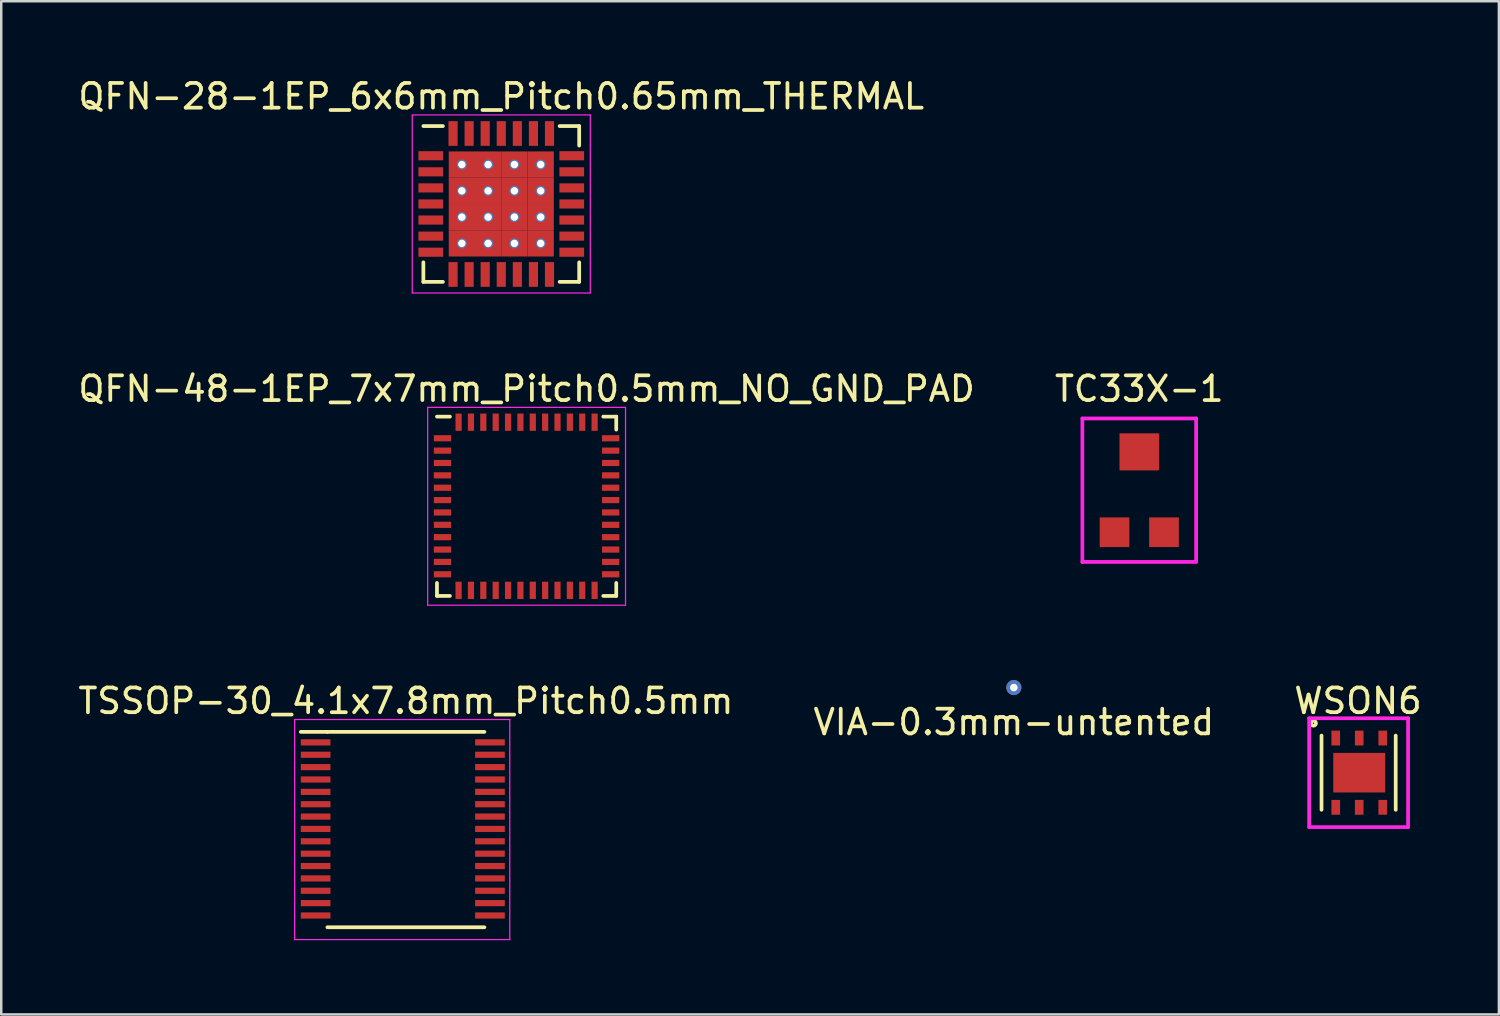
<source format=kicad_pcb>
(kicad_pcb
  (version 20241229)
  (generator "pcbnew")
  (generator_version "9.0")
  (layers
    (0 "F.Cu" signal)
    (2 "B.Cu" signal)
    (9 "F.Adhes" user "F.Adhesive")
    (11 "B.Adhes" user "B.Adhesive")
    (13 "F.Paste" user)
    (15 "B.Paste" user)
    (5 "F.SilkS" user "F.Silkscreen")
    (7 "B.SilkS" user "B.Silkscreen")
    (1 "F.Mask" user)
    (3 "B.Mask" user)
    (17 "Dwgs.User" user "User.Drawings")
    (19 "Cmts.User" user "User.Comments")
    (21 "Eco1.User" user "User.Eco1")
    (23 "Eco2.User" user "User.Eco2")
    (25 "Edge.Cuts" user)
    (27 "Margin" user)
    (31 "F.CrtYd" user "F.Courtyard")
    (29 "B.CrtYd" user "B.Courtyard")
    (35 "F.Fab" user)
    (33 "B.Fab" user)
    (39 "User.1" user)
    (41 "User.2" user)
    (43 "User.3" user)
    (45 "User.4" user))
  (footprint "QFN-48-1EP_7x7mm_Pitch0.5mm_NO_GND_PAD"
    (layer "F.Cu")
    (at 18.244 17.422)
    (property "Reference" "QFN-48-1EP_7x7mm_Pitch0.5mm_NO_GND_PAD" (at 0 -4.75 0) (layer "F.SilkS") (effects (font (size 1 1) (thickness 0.15))))
    (attr smd)
    (fp_line (start -3.625 -3.625) (end -3.1 -3.625) (stroke (width 0.15) (type solid)) (layer "F.SilkS"))
    (fp_line (start -3.625 3.625) (end -3.625 3.1) (stroke (width 0.15) (type solid)) (layer "F.SilkS"))
    (fp_line (start -3.625 3.625) (end -3.1 3.625) (stroke (width 0.15) (type solid)) (layer "F.SilkS"))
    (fp_line (start 3.625 -3.625) (end 3.1 -3.625) (stroke (width 0.15) (type solid)) (layer "F.SilkS"))
    (fp_line (start 3.625 -3.625) (end 3.625 -3.1) (stroke (width 0.15) (type solid)) (layer "F.SilkS"))
    (fp_line (start 3.625 3.625) (end 3.1 3.625) (stroke (width 0.15) (type solid)) (layer "F.SilkS"))
    (fp_line (start 3.625 3.625) (end 3.625 3.1) (stroke (width 0.15) (type solid)) (layer "F.SilkS"))
    (fp_line (start -4 -4) (end -4 4) (stroke (width 0.05) (type solid)) (layer "F.CrtYd"))
    (fp_line (start -4 -4) (end 4 -4) (stroke (width 0.05) (type solid)) (layer "F.CrtYd"))
    (fp_line (start -4 4) (end 4 4) (stroke (width 0.05) (type solid)) (layer "F.CrtYd"))
    (fp_line (start 4 -4) (end 4 4) (stroke (width 0.05) (type solid)) (layer "F.CrtYd"))
    (pad "1" smd rect (at -3.4 -2.75) (size 0.7 0.25) (layers "F.Cu" "F.Mask" "F.Paste"))
    (pad "2" smd rect (at -3.4 -2.25) (size 0.7 0.25) (layers "F.Cu" "F.Mask" "F.Paste"))
    (pad "3" smd rect (at -3.4 -1.75) (size 0.7 0.25) (layers "F.Cu" "F.Mask" "F.Paste"))
    (pad "4" smd rect (at -3.4 -1.25) (size 0.7 0.25) (layers "F.Cu" "F.Mask" "F.Paste"))
    (pad "5" smd rect (at -3.4 -0.75) (size 0.7 0.25) (layers "F.Cu" "F.Mask" "F.Paste"))
    (pad "6" smd rect (at -3.4 -0.25) (size 0.7 0.25) (layers "F.Cu" "F.Mask" "F.Paste"))
    (pad "7" smd rect (at -3.4 0.25) (size 0.7 0.25) (layers "F.Cu" "F.Mask" "F.Paste"))
    (pad "8" smd rect (at -3.4 0.75) (size 0.7 0.25) (layers "F.Cu" "F.Mask" "F.Paste"))
    (pad "9" smd rect (at -3.4 1.25) (size 0.7 0.25) (layers "F.Cu" "F.Mask" "F.Paste"))
    (pad "10" smd rect (at -3.4 1.75) (size 0.7 0.25) (layers "F.Cu" "F.Mask" "F.Paste"))
    (pad "11" smd rect (at -3.4 2.25) (size 0.7 0.25) (layers "F.Cu" "F.Mask" "F.Paste"))
    (pad "12" smd rect (at -3.4 2.75) (size 0.7 0.25) (layers "F.Cu" "F.Mask" "F.Paste"))
    (pad "13" smd rect (at -2.75 3.4 90) (size 0.7 0.25) (layers "F.Cu" "F.Mask" "F.Paste"))
    (pad "14" smd rect (at -2.25 3.4 90) (size 0.7 0.25) (layers "F.Cu" "F.Mask" "F.Paste"))
    (pad "15" smd rect (at -1.75 3.4 90) (size 0.7 0.25) (layers "F.Cu" "F.Mask" "F.Paste"))
    (pad "16" smd rect (at -1.25 3.4 90) (size 0.7 0.25) (layers "F.Cu" "F.Mask" "F.Paste"))
    (pad "17" smd rect (at -0.75 3.4 90) (size 0.7 0.25) (layers "F.Cu" "F.Mask" "F.Paste"))
    (pad "18" smd rect (at -0.25 3.4 90) (size 0.7 0.25) (layers "F.Cu" "F.Mask" "F.Paste"))
    (pad "19" smd rect (at 0.25 3.4 90) (size 0.7 0.25) (layers "F.Cu" "F.Mask" "F.Paste"))
    (pad "20" smd rect (at 0.75 3.4 90) (size 0.7 0.25) (layers "F.Cu" "F.Mask" "F.Paste"))
    (pad "21" smd rect (at 1.25 3.4 90) (size 0.7 0.25) (layers "F.Cu" "F.Mask" "F.Paste"))
    (pad "22" smd rect (at 1.75 3.4 90) (size 0.7 0.25) (layers "F.Cu" "F.Mask" "F.Paste"))
    (pad "23" smd rect (at 2.25 3.4 90) (size 0.7 0.25) (layers "F.Cu" "F.Mask" "F.Paste"))
    (pad "24" smd rect (at 2.75 3.4 90) (size 0.7 0.25) (layers "F.Cu" "F.Mask" "F.Paste"))
    (pad "25" smd rect (at 3.4 2.75) (size 0.7 0.25) (layers "F.Cu" "F.Mask" "F.Paste"))
    (pad "26" smd rect (at 3.4 2.25) (size 0.7 0.25) (layers "F.Cu" "F.Mask" "F.Paste"))
    (pad "27" smd rect (at 3.4 1.75) (size 0.7 0.25) (layers "F.Cu" "F.Mask" "F.Paste"))
    (pad "28" smd rect (at 3.4 1.25) (size 0.7 0.25) (layers "F.Cu" "F.Mask" "F.Paste"))
    (pad "29" smd rect (at 3.4 0.75) (size 0.7 0.25) (layers "F.Cu" "F.Mask" "F.Paste"))
    (pad "30" smd rect (at 3.4 0.25) (size 0.7 0.25) (layers "F.Cu" "F.Mask" "F.Paste"))
    (pad "31" smd rect (at 3.4 -0.25) (size 0.7 0.25) (layers "F.Cu" "F.Mask" "F.Paste"))
    (pad "32" smd rect (at 3.4 -0.75) (size 0.7 0.25) (layers "F.Cu" "F.Mask" "F.Paste"))
    (pad "33" smd rect (at 3.4 -1.25) (size 0.7 0.25) (layers "F.Cu" "F.Mask" "F.Paste"))
    (pad "34" smd rect (at 3.4 -1.75) (size 0.7 0.25) (layers "F.Cu" "F.Mask" "F.Paste"))
    (pad "35" smd rect (at 3.4 -2.25) (size 0.7 0.25) (layers "F.Cu" "F.Mask" "F.Paste"))
    (pad "36" smd rect (at 3.4 -2.75) (size 0.7 0.25) (layers "F.Cu" "F.Mask" "F.Paste"))
    (pad "37" smd rect (at 2.75 -3.4 90) (size 0.7 0.25) (layers "F.Cu" "F.Mask" "F.Paste"))
    (pad "38" smd rect (at 2.25 -3.4 90) (size 0.7 0.25) (layers "F.Cu" "F.Mask" "F.Paste"))
    (pad "39" smd rect (at 1.75 -3.4 90) (size 0.7 0.25) (layers "F.Cu" "F.Mask" "F.Paste"))
    (pad "40" smd rect (at 1.25 -3.4 90) (size 0.7 0.25) (layers "F.Cu" "F.Mask" "F.Paste"))
    (pad "41" smd rect (at 0.75 -3.4 90) (size 0.7 0.25) (layers "F.Cu" "F.Mask" "F.Paste"))
    (pad "42" smd rect (at 0.25 -3.4 90) (size 0.7 0.25) (layers "F.Cu" "F.Mask" "F.Paste"))
    (pad "43" smd rect (at -0.25 -3.4 90) (size 0.7 0.25) (layers "F.Cu" "F.Mask" "F.Paste"))
    (pad "44" smd rect (at -0.75 -3.4 90) (size 0.7 0.25) (layers "F.Cu" "F.Mask" "F.Paste"))
    (pad "45" smd rect (at -1.25 -3.4 90) (size 0.7 0.25) (layers "F.Cu" "F.Mask" "F.Paste"))
    (pad "46" smd rect (at -1.75 -3.4 90) (size 0.7 0.25) (layers "F.Cu" "F.Mask" "F.Paste"))
    (pad "47" smd rect (at -2.25 -3.4 90) (size 0.7 0.25) (layers "F.Cu" "F.Mask" "F.Paste"))
    (pad "48" smd rect (at -2.75 -3.4 90) (size 0.7 0.25) (layers "F.Cu" "F.Mask" "F.Paste")))
  (footprint "QFN-28-1EP_6x6mm_Pitch0.65mm_THERMAL"
    (layer "F.Cu")
    (at 17.22 5.198)
    (property "Reference" "QFN-28-1EP_6x6mm_Pitch0.65mm_THERMAL" (at 0 -4.35 0) (layer "F.SilkS") (effects (font (size 1 1) (thickness 0.15))))
    (attr smd)
    (fp_line (start -3.15 -3.15) (end -2.36 -3.15) (stroke (width 0.15) (type solid)) (layer "F.SilkS"))
    (fp_line (start -3.15 3.15) (end -3.15 2.36) (stroke (width 0.15) (type solid)) (layer "F.SilkS"))
    (fp_line (start -3.15 3.15) (end -2.36 3.15) (stroke (width 0.15) (type solid)) (layer "F.SilkS"))
    (fp_line (start 3.15 -3.15) (end 2.36 -3.15) (stroke (width 0.15) (type solid)) (layer "F.SilkS"))
    (fp_line (start 3.15 -3.15) (end 3.15 -2.36) (stroke (width 0.15) (type solid)) (layer "F.SilkS"))
    (fp_line (start 3.15 3.15) (end 2.36 3.15) (stroke (width 0.15) (type solid)) (layer "F.SilkS"))
    (fp_line (start 3.15 3.15) (end 3.15 2.36) (stroke (width 0.15) (type solid)) (layer "F.SilkS"))
    (fp_line (start -3.6 -3.6) (end -3.6 3.6) (stroke (width 0.05) (type solid)) (layer "F.CrtYd"))
    (fp_line (start -3.6 -3.6) (end 3.6 -3.6) (stroke (width 0.05) (type solid)) (layer "F.CrtYd"))
    (fp_line (start -3.6 3.6) (end 3.6 3.6) (stroke (width 0.05) (type solid)) (layer "F.CrtYd"))
    (fp_line (start 3.6 -3.6) (end 3.6 3.6) (stroke (width 0.05) (type solid)) (layer "F.CrtYd"))
    (pad "1" smd rect (at -2.85 -1.95) (size 1 0.37) (layers "F.Cu" "F.Mask" "F.Paste"))
    (pad "2" smd rect (at -2.85 -1.3) (size 1 0.37) (layers "F.Cu" "F.Mask" "F.Paste"))
    (pad "3" smd rect (at -2.85 -0.65) (size 1 0.37) (layers "F.Cu" "F.Mask" "F.Paste"))
    (pad "4" smd rect (at -2.85 0) (size 1 0.37) (layers "F.Cu" "F.Mask" "F.Paste"))
    (pad "5" smd rect (at -2.85 0.65) (size 1 0.37) (layers "F.Cu" "F.Mask" "F.Paste"))
    (pad "6" smd rect (at -2.85 1.3) (size 1 0.37) (layers "F.Cu" "F.Mask" "F.Paste"))
    (pad "7" smd rect (at -2.85 1.95) (size 1 0.37) (layers "F.Cu" "F.Mask" "F.Paste"))
    (pad "8" smd rect (at -1.95 2.85 90) (size 1 0.37) (layers "F.Cu" "F.Mask" "F.Paste"))
    (pad "9" smd rect (at -1.3 2.85 90) (size 1 0.37) (layers "F.Cu" "F.Mask" "F.Paste"))
    (pad "10" smd rect (at -0.65 2.85 90) (size 1 0.37) (layers "F.Cu" "F.Mask" "F.Paste"))
    (pad "11" thru_hole circle (at -1.594 -1.594) (size 0.4 0.4) (drill 0.3) (layers "*.Cu" "*.Mask"))
    (pad "11" smd rect (at -1.594 -1.594) (size 1.062 1.062) (layers "F.Cu" "F.Mask" "F.Paste"))
    (pad "11" thru_hole circle (at -1.594 -0.531) (size 0.4 0.4) (drill 0.3) (layers "*.Cu" "*.Mask"))
    (pad "11" smd rect (at -1.594 -0.531) (size 1.062 1.062) (layers "F.Cu" "F.Mask" "F.Paste"))
    (pad "11" thru_hole circle (at -1.594 0.531) (size 0.4 0.4) (drill 0.3) (layers "*.Cu" "*.Mask"))
    (pad "11" smd rect (at -1.594 0.531) (size 1.062 1.062) (layers "F.Cu" "F.Mask" "F.Paste"))
    (pad "11" thru_hole circle (at -1.594 1.594) (size 0.4 0.4) (drill 0.3) (layers "*.Cu" "*.Mask"))
    (pad "11" smd rect (at -1.594 1.594) (size 1.062 1.062) (layers "F.Cu" "F.Mask" "F.Paste"))
    (pad "11" smd rect (at -0.531 -1.594) (size 1.062 1.062) (layers "F.Cu" "F.Mask" "F.Paste"))
    (pad "11" thru_hole circle (at -0.531 -0.531) (size 0.4 0.4) (drill 0.3) (layers "*.Cu" "*.Mask"))
    (pad "11" smd rect (at -0.531 -0.531) (size 1.062 1.062) (layers "F.Cu" "F.Mask" "F.Paste"))
    (pad "11" thru_hole circle (at -0.531 0.531) (size 0.4 0.4) (drill 0.3) (layers "*.Cu" "*.Mask"))
    (pad "11" smd rect (at -0.531 0.531) (size 1.062 1.062) (layers "F.Cu" "F.Mask" "F.Paste"))
    (pad "11" thru_hole circle (at -0.531 1.594) (size 0.4 0.4) (drill 0.3) (layers "*.Cu" "*.Mask"))
    (pad "11" smd rect (at -0.531 1.594) (size 1.062 1.062) (layers "F.Cu" "F.Mask" "F.Paste"))
    (pad "11" smd rect (at 0 2.85 90) (size 1 0.37) (layers "F.Cu" "F.Mask" "F.Paste"))
    (pad "11" thru_hole circle (at 0.531 -1.594) (size 0.4 0.4) (drill 0.3) (layers "*.Cu" "*.Mask"))
    (pad "11" smd rect (at 0.531 -1.594) (size 1.062 1.062) (layers "F.Cu" "F.Mask" "F.Paste"))
    (pad "11" thru_hole circle (at 0.531 -0.531) (size 0.4 0.4) (drill 0.3) (layers "*.Cu" "*.Mask"))
    (pad "11" smd rect (at 0.531 -0.531) (size 1.062 1.062) (layers "F.Cu" "F.Mask" "F.Paste"))
    (pad "11" thru_hole circle (at 0.531 0.531) (size 0.4 0.4) (drill 0.3) (layers "*.Cu" "*.Mask"))
    (pad "11" smd rect (at 0.531 0.531) (size 1.062 1.062) (layers "F.Cu" "F.Mask" "F.Paste"))
    (pad "11" thru_hole circle (at 0.531 1.594) (size 0.4 0.4) (drill 0.3) (layers "*.Cu" "*.Mask"))
    (pad "11" smd rect (at 0.531 1.594) (size 1.062 1.062) (layers "F.Cu" "F.Mask" "F.Paste"))
    (pad "11" thru_hole circle (at 1.594 -1.594) (size 0.4 0.4) (drill 0.3) (layers "*.Cu" "*.Mask"))
    (pad "11" smd rect (at 1.594 -1.594) (size 1.062 1.062) (layers "F.Cu" "F.Mask" "F.Paste"))
    (pad "11" thru_hole circle (at 1.594 -0.531) (size 0.4 0.4) (drill 0.3) (layers "*.Cu" "*.Mask"))
    (pad "11" smd rect (at 1.594 -0.531) (size 1.062 1.062) (layers "F.Cu" "F.Mask" "F.Paste"))
    (pad "11" thru_hole circle (at 1.594 0.531) (size 0.4 0.4) (drill 0.3) (layers "*.Cu" "*.Mask"))
    (pad "11" smd rect (at 1.594 0.531) (size 1.062 1.062) (layers "F.Cu" "F.Mask" "F.Paste"))
    (pad "11" smd rect (at 1.594 1.594) (size 1.062 1.062) (layers "F.Cu" "F.Mask" "F.Paste"))
    (pad "12" smd rect (at 0.65 2.85 90) (size 1 0.37) (layers "F.Cu" "F.Mask" "F.Paste"))
    (pad "13" smd rect (at 1.3 2.85 90) (size 1 0.37) (layers "F.Cu" "F.Mask" "F.Paste"))
    (pad "14" smd rect (at 1.95 2.85 90) (size 1 0.37) (layers "F.Cu" "F.Mask" "F.Paste"))
    (pad "15" smd rect (at 2.85 1.95) (size 1 0.37) (layers "F.Cu" "F.Mask" "F.Paste"))
    (pad "16" smd rect (at 2.85 1.3) (size 1 0.37) (layers "F.Cu" "F.Mask" "F.Paste"))
    (pad "17" smd rect (at 2.85 0.65) (size 1 0.37) (layers "F.Cu" "F.Mask" "F.Paste"))
    (pad "18" smd rect (at 2.85 0) (size 1 0.37) (layers "F.Cu" "F.Mask" "F.Paste"))
    (pad "19" smd rect (at 2.85 -0.65) (size 1 0.37) (layers "F.Cu" "F.Mask" "F.Paste"))
    (pad "20" smd rect (at 2.85 -1.3) (size 1 0.37) (layers "F.Cu" "F.Mask" "F.Paste"))
    (pad "21" smd rect (at 2.85 -1.95) (size 1 0.37) (layers "F.Cu" "F.Mask" "F.Paste"))
    (pad "22" smd rect (at 1.95 -2.85 90) (size 1 0.37) (layers "F.Cu" "F.Mask" "F.Paste"))
    (pad "23" smd rect (at 1.3 -2.85 90) (size 1 0.37) (layers "F.Cu" "F.Mask" "F.Paste"))
    (pad "24" smd rect (at 0.65 -2.85 90) (size 1 0.37) (layers "F.Cu" "F.Mask" "F.Paste"))
    (pad "25" smd rect (at 0 -2.85 90) (size 1 0.37) (layers "F.Cu" "F.Mask" "F.Paste"))
    (pad "26" smd rect (at -0.65 -2.85 90) (size 1 0.37) (layers "F.Cu" "F.Mask" "F.Paste"))
    (pad "27" smd rect (at -1.3 -2.85 90) (size 1 0.37) (layers "F.Cu" "F.Mask" "F.Paste"))
    (pad "28" smd rect (at -1.95 -2.85 90) (size 1 0.37) (layers "F.Cu" "F.Mask" "F.Paste"))
    (pad "29" thru_hole circle (at -0.531 -1.594) (size 0.4 0.4) (drill 0.3) (layers "*.Cu" "*.Mask"))
    (pad "29" thru_hole circle (at 1.594 1.594) (size 0.4 0.4) (drill 0.3) (layers "*.Cu" "*.Mask")))
  (footprint "TC33X-1"
    (layer "F.Cu")
    (at 43.018 16.672)
    (property "Reference" "TC33X-1" (at 0 -4 0) (layer "F.SilkS") (effects (font (size 1 1) (thickness 0.15))))
    (attr through_hole)
    (fp_line (start -2.3 -2.8) (end 2.3 -2.8) (stroke (width 0.15) (type solid)) (layer "F.CrtYd"))
    (fp_line (start -2.3 3) (end -2.3 -2.8) (stroke (width 0.15) (type solid)) (layer "F.CrtYd"))
    (fp_line (start 2.3 -2.8) (end 2.3 3) (stroke (width 0.15) (type solid)) (layer "F.CrtYd"))
    (fp_line (start 2.3 3) (end -2.3 3) (stroke (width 0.15) (type solid)) (layer "F.CrtYd"))
    (pad "1" smd rect (at -1 1.8) (size 1.2 1.2) (layers "F.Cu" "F.Mask" "F.Paste"))
    (pad "2" smd rect (at 0 -1.45) (size 1.6 1.5) (layers "F.Cu" "F.Mask" "F.Paste"))
    (pad "3" smd rect (at 1 1.8) (size 1.2 1.2) (layers "F.Cu" "F.Mask" "F.Paste")))
  (footprint "VIA-0.3mm-untented"
    (layer "F.Cu")
    (at 37.946 24.752)
    (property "Reference" "VIA-0.3mm-untented" (at 0 1.4 0) (layer "F.SilkS") (effects (font (size 1 1) (thickness 0.15))))
    (attr through_hole)
    (pad "1" thru_hole circle (at 0 0) (size 0.61 0.61) (drill 0.305) (layers "*.Cu" "F.Mask")))
  (footprint "TSSOP-30_4.1x7.8mm_Pitch0.5mm"
    (layer "F.Cu")
    (at 13.363 31.845)
    (property "Reference" "TSSOP-30_4.1x7.8mm_Pitch0.5mm" (at 0 -6.55 0) (layer "F.SilkS") (effects (font (size 1 1) (thickness 0.15))))
    (attr smd)
    (fp_line (start -3.175 -5.3) (end -4.25 -5.3) (stroke (width 0.15) (type solid)) (layer "F.SilkS"))
    (fp_line (start -3.175 -5.3) (end 3.175 -5.3) (stroke (width 0.15) (type solid)) (layer "F.SilkS"))
    (fp_line (start -3.175 2.6) (end 3.175 2.6) (stroke (width 0.15) (type solid)) (layer "F.SilkS"))
    (fp_line (start -4.5 -5.8) (end -4.5 3.1) (stroke (width 0.05) (type solid)) (layer "F.CrtYd"))
    (fp_line (start -4.5 -5.8) (end 4.2 -5.8) (stroke (width 0.05) (type solid)) (layer "F.CrtYd"))
    (fp_line (start -4.5 3.1) (end 4.2 3.1) (stroke (width 0.05) (type solid)) (layer "F.CrtYd"))
    (fp_line (start 4.2 -5.8) (end 4.2 3.1) (stroke (width 0.05) (type solid)) (layer "F.CrtYd"))
    (pad "1" smd rect (at -3.65 -4.875) (size 1.2 0.25) (layers "F.Cu" "F.Mask" "F.Paste"))
    (pad "2" smd rect (at -3.65 -4.375) (size 1.2 0.25) (layers "F.Cu" "F.Mask" "F.Paste"))
    (pad "3" smd rect (at -3.65 -3.875) (size 1.2 0.25) (layers "F.Cu" "F.Mask" "F.Paste"))
    (pad "4" smd rect (at -3.65 -3.375) (size 1.2 0.25) (layers "F.Cu" "F.Mask" "F.Paste"))
    (pad "5" smd rect (at -3.65 -2.875) (size 1.2 0.25) (layers "F.Cu" "F.Mask" "F.Paste"))
    (pad "6" smd rect (at -3.65 -2.375) (size 1.2 0.25) (layers "F.Cu" "F.Mask" "F.Paste"))
    (pad "7" smd rect (at -3.65 -1.875) (size 1.2 0.25) (layers "F.Cu" "F.Mask" "F.Paste"))
    (pad "8" smd rect (at -3.65 -1.375) (size 1.2 0.25) (layers "F.Cu" "F.Mask" "F.Paste"))
    (pad "9" smd rect (at -3.65 -0.875) (size 1.2 0.25) (layers "F.Cu" "F.Mask" "F.Paste"))
    (pad "10" smd rect (at -3.65 -0.375) (size 1.2 0.25) (layers "F.Cu" "F.Mask" "F.Paste"))
    (pad "11" smd rect (at -3.65 0.125) (size 1.2 0.25) (layers "F.Cu" "F.Mask" "F.Paste"))
    (pad "12" smd rect (at -3.65 0.625) (size 1.2 0.25) (layers "F.Cu" "F.Mask" "F.Paste"))
    (pad "13" smd rect (at -3.65 1.125) (size 1.2 0.25) (layers "F.Cu" "F.Mask" "F.Paste"))
    (pad "14" smd rect (at -3.65 1.625) (size 1.2 0.25) (layers "F.Cu" "F.Mask" "F.Paste"))
    (pad "15" smd rect (at -3.65 2.125) (size 1.2 0.25) (layers "F.Cu" "F.Mask" "F.Paste"))
    (pad "16" smd rect (at 3.4 2.125) (size 1.2 0.25) (layers "F.Cu" "F.Mask" "F.Paste"))
    (pad "17" smd rect (at 3.4 1.625) (size 1.2 0.25) (layers "F.Cu" "F.Mask" "F.Paste"))
    (pad "18" smd rect (at 3.4 1.125) (size 1.2 0.25) (layers "F.Cu" "F.Mask" "F.Paste"))
    (pad "19" smd rect (at 3.4 0.625) (size 1.2 0.25) (layers "F.Cu" "F.Mask" "F.Paste"))
    (pad "20" smd rect (at 3.4 0.125) (size 1.2 0.25) (layers "F.Cu" "F.Mask" "F.Paste"))
    (pad "21" smd rect (at 3.4 -0.375) (size 1.2 0.25) (layers "F.Cu" "F.Mask" "F.Paste"))
    (pad "22" smd rect (at 3.4 -0.875) (size 1.2 0.25) (layers "F.Cu" "F.Mask" "F.Paste"))
    (pad "23" smd rect (at 3.4 -1.375) (size 1.2 0.25) (layers "F.Cu" "F.Mask" "F.Paste"))
    (pad "24" smd rect (at 3.4 -1.875) (size 1.2 0.25) (layers "F.Cu" "F.Mask" "F.Paste"))
    (pad "25" smd rect (at 3.4 -2.375) (size 1.2 0.25) (layers "F.Cu" "F.Mask" "F.Paste"))
    (pad "26" smd rect (at 3.4 -2.875) (size 1.2 0.25) (layers "F.Cu" "F.Mask" "F.Paste"))
    (pad "27" smd rect (at 3.4 -3.375) (size 1.2 0.25) (layers "F.Cu" "F.Mask" "F.Paste"))
    (pad "28" smd rect (at 3.4 -3.875) (size 1.2 0.25) (layers "F.Cu" "F.Mask" "F.Paste"))
    (pad "29" smd rect (at 3.4 -4.375) (size 1.2 0.25) (layers "F.Cu" "F.Mask" "F.Paste"))
    (pad "30" smd rect (at 3.4 -4.875) (size 1.2 0.25) (layers "F.Cu" "F.Mask" "F.Paste")))
  (footprint "WSON6"
    (layer "F.Cu")
    (at 51.963 28.195)
    (property "Reference" "WSON6" (at -0.1 -2.9 0) (layer "F.SilkS") (effects (font (size 1 1) (thickness 0.15))))
    (attr through_hole)
    (fp_line (start -1.575 1.5) (end -1.575 -1.5) (stroke (width 0.15) (type solid)) (layer "F.SilkS"))
    (fp_line (start 1.425 -1.5) (end 1.425 1.5) (stroke (width 0.15) (type solid)) (layer "F.SilkS"))
    (fp_circle (center -1.9 -2) (end -1.9 -1.9) (stroke (width 0.15) (type solid)) (fill no) (layer "F.SilkS"))
    (fp_line (start -2.075 -2.2) (end -2.075 2.2) (stroke (width 0.15) (type solid)) (layer "F.CrtYd"))
    (fp_line (start -2.075 -2.2) (end 1.925 -2.2) (stroke (width 0.15) (type solid)) (layer "F.CrtYd"))
    (fp_line (start -2.075 2.2) (end 1.925 2.2) (stroke (width 0.15) (type solid)) (layer "F.CrtYd"))
    (fp_line (start 1.925 2.2) (end 1.925 -2.2) (stroke (width 0.15) (type solid)) (layer "F.CrtYd"))
    (pad "1" smd rect (at -1 -1.4) (size 0.35 0.6) (layers "F.Cu" "F.Mask" "F.Paste"))
    (pad "2" smd rect (at -0.05 -1.4) (size 0.35 0.6) (layers "F.Cu" "F.Mask" "F.Paste"))
    (pad "2" smd rect (at -0.05 0) (size 2.1 1.6) (layers "F.Cu" "F.Mask" "F.Paste"))
    (pad "3" smd rect (at 0.9 -1.4) (size 0.35 0.6) (layers "F.Cu" "F.Mask" "F.Paste"))
    (pad "4" smd rect (at 0.9 1.4) (size 0.35 0.6) (layers "F.Cu" "F.Mask" "F.Paste"))
    (pad "5" smd rect (at -0.05 1.4) (size 0.35 0.6) (layers "F.Cu" "F.Mask" "F.Paste"))
    (pad "6" smd rect (at -1 1.4) (size 0.35 0.6) (layers "F.Cu" "F.Mask" "F.Paste")))
  (gr_rect
    (start -3 -3)
    (end 57.56 37.97)
    (stroke (width 0.1) (type default))
    (fill no)
    (layer "Edge.Cuts")))
</source>
